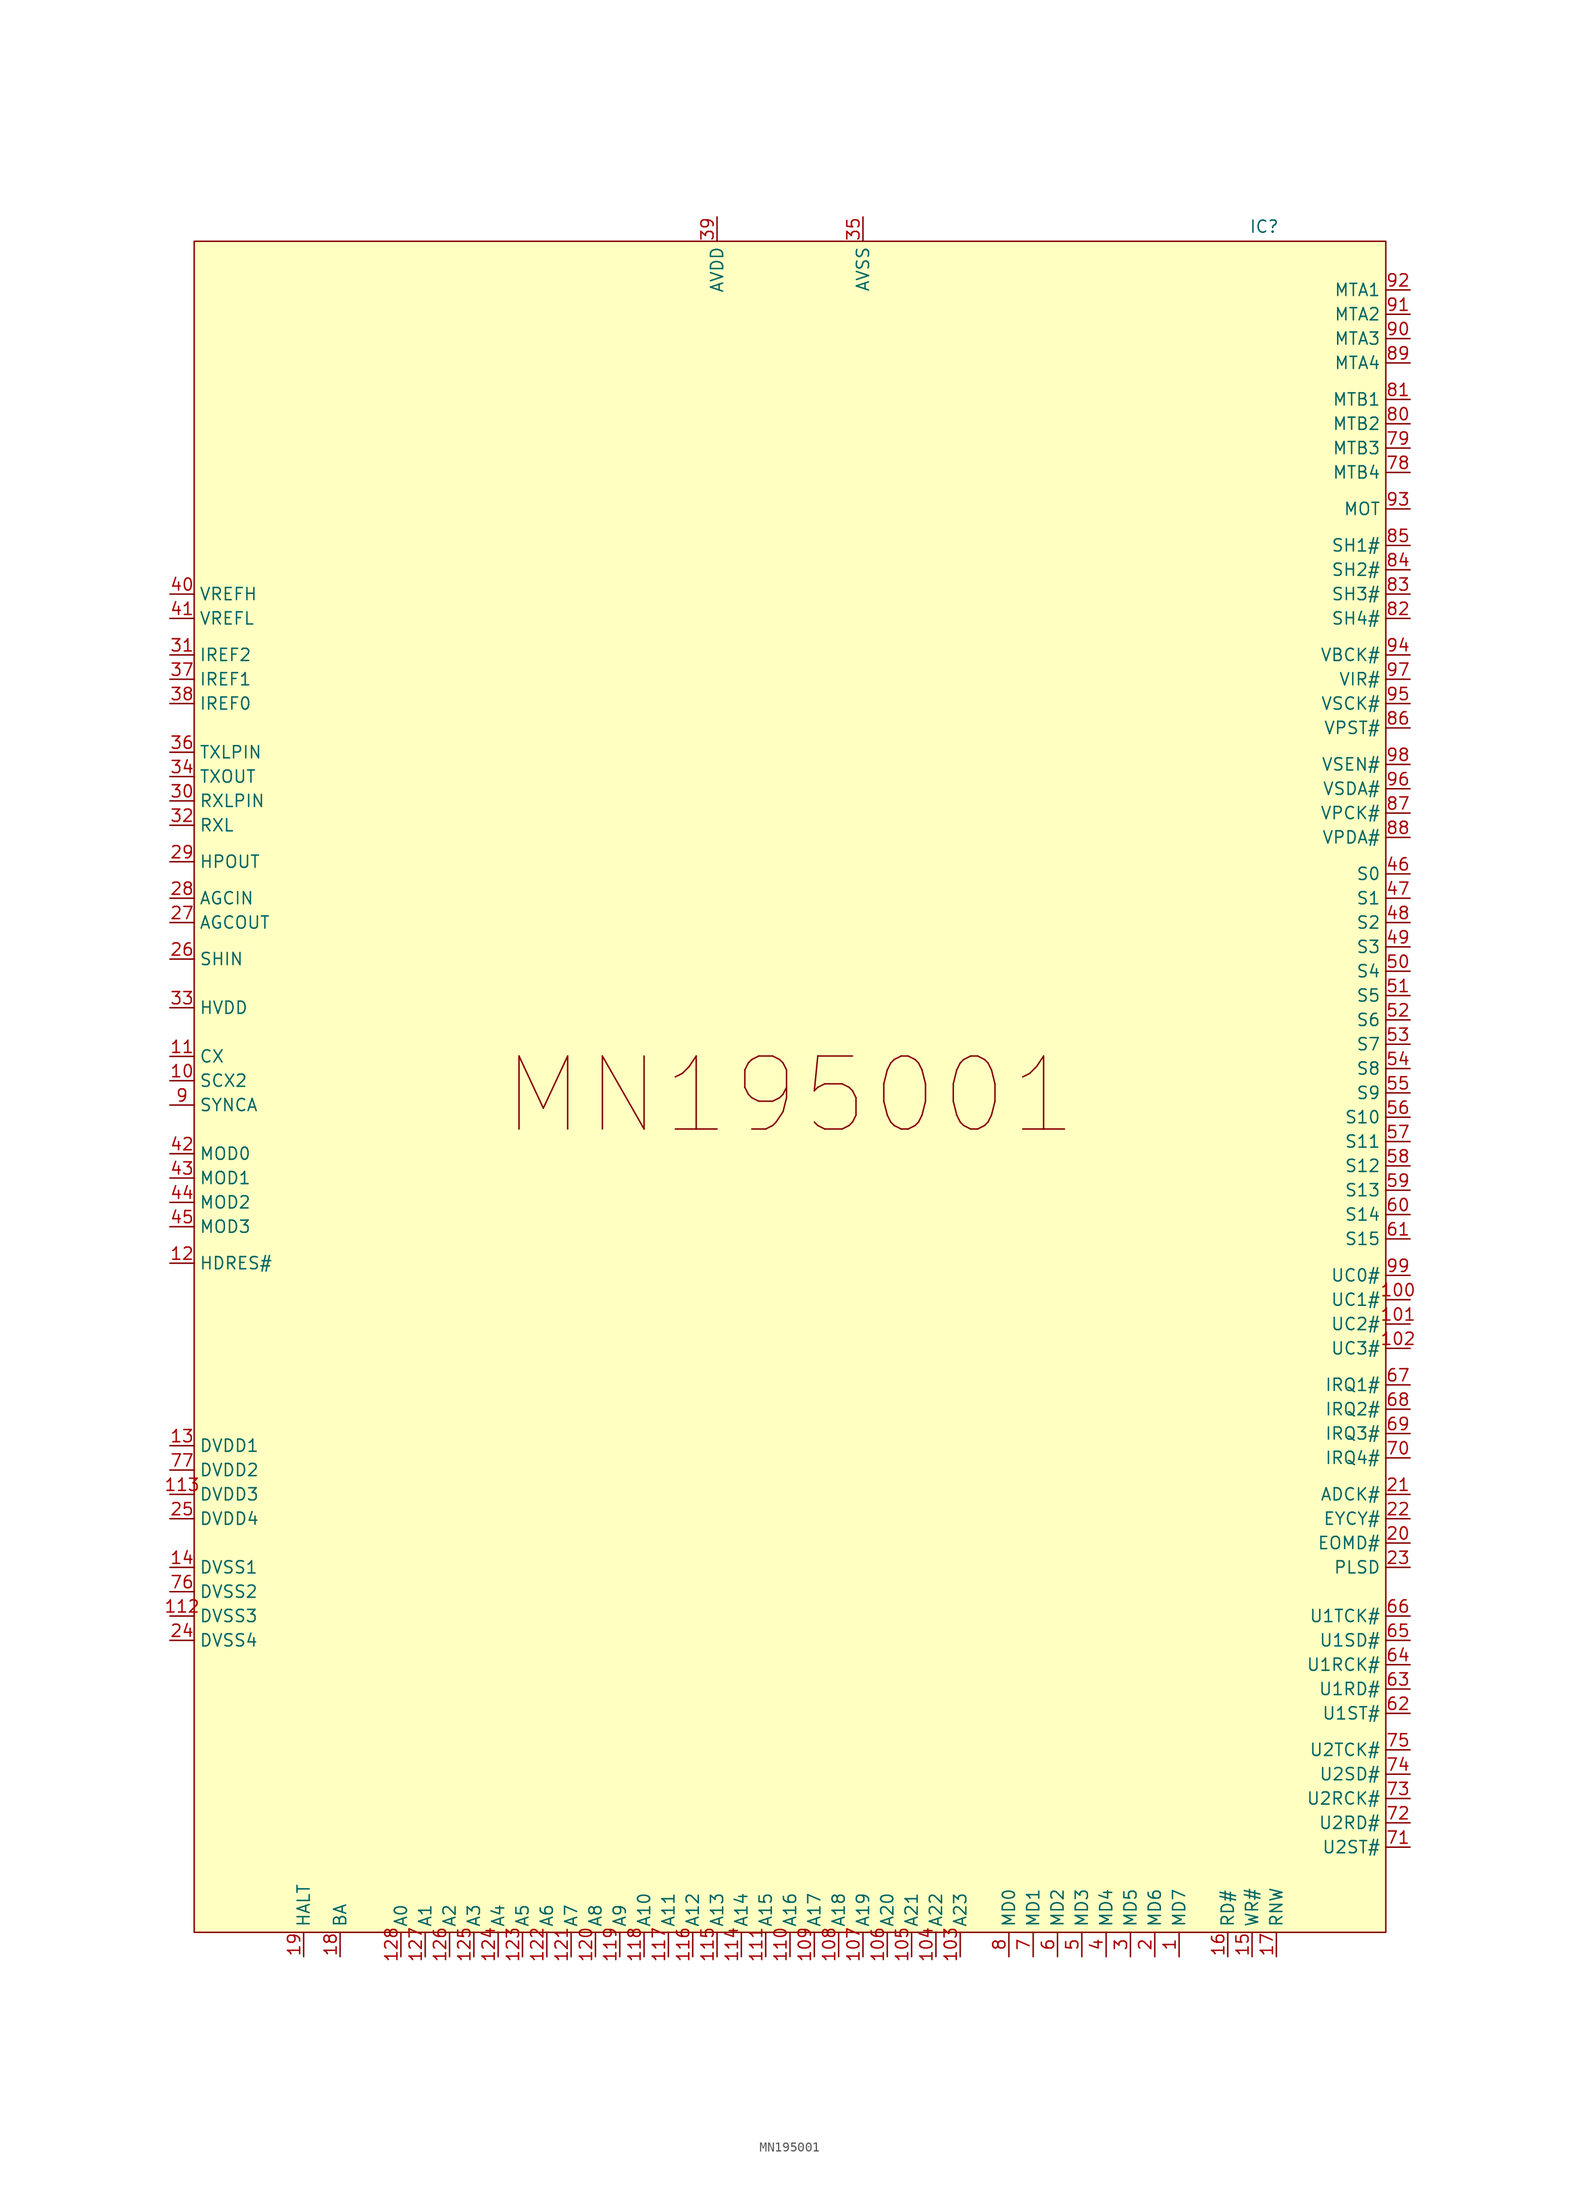
<source format=kicad_sym>
(kicad_symbol_lib
  (version 20241209)
  (generator "kicad_symbol_editor")
  (generator_version "9.0")
  (symbol "MN195001"
    (property "Reference" "IC"
      (at 49.53 90.424 0)
      (effects (font (size 1.27 1.27))))
    (property "Value" ""
      (at 0 0 0)
      (effects (font (size 1.27 1.27))))
    (symbol "MN195001_1_1"
      (rectangle (start -62.23 88.9) (end 62.23 -87.63) (stroke (width 0) (type solid)) (fill (type color) (color 255 255 194 1)))
      (text "MN195001" (at 0 -0.254 0) (effects (font (size 7.62 7.62))))
      (pin input line (at -64.77 52.07 0) (length 2.54) (name "VREFH" (effects (font (size 1.27 1.27)))) (number "40" (effects (font (size 1.27 1.27)))))
      (pin input line (at -64.77 49.53 0) (length 2.54) (name "VREFL" (effects (font (size 1.27 1.27)))) (number "41" (effects (font (size 1.27 1.27)))))
      (pin input line (at -64.77 45.72 0) (length 2.54) (name "IREF2" (effects (font (size 1.27 1.27)))) (number "31" (effects (font (size 1.27 1.27)))))
      (pin input line (at -64.77 43.18 0) (length 2.54) (name "IREF1" (effects (font (size 1.27 1.27)))) (number "37" (effects (font (size 1.27 1.27)))))
      (pin input line (at -64.77 40.64 0) (length 2.54) (name "IREF0" (effects (font (size 1.27 1.27)))) (number "38" (effects (font (size 1.27 1.27)))))
      (pin input line (at -64.77 35.56 0) (length 2.54) (name "TXLPIN" (effects (font (size 1.27 1.27)))) (number "36" (effects (font (size 1.27 1.27)))))
      (pin output line (at -64.77 33.02 0) (length 2.54) (name "TXOUT" (effects (font (size 1.27 1.27)))) (number "34" (effects (font (size 1.27 1.27)))))
      (pin input line (at -64.77 30.48 0) (length 2.54) (name "RXLPIN" (effects (font (size 1.27 1.27)))) (number "30" (effects (font (size 1.27 1.27)))))
      (pin input line (at -64.77 27.94 0) (length 2.54) (name "RXL" (effects (font (size 1.27 1.27)))) (number "32" (effects (font (size 1.27 1.27)))))
      (pin output line (at -64.77 24.13 0) (length 2.54) (name "HPOUT" (effects (font (size 1.27 1.27)))) (number "29" (effects (font (size 1.27 1.27)))))
      (pin input line (at -64.77 20.32 0) (length 2.54) (name "AGCIN" (effects (font (size 1.27 1.27)))) (number "28" (effects (font (size 1.27 1.27)))))
      (pin output line (at -64.77 17.78 0) (length 2.54) (name "AGCOUT" (effects (font (size 1.27 1.27)))) (number "27" (effects (font (size 1.27 1.27)))))
      (pin input line (at -64.77 13.97 0) (length 2.54) (name "SHIN" (effects (font (size 1.27 1.27)))) (number "26" (effects (font (size 1.27 1.27)))))
      (pin input line (at -64.77 8.89 0) (length 2.54) (name "HVDD" (effects (font (size 1.27 1.27)))) (number "33" (effects (font (size 1.27 1.27)))))
      (pin input line (at -64.77 3.81 0) (length 2.54) (name "CX" (effects (font (size 1.27 1.27)))) (number "11" (effects (font (size 1.27 1.27)))))
      (pin input line (at -64.77 1.27 0) (length 2.54) (name "SCX2" (effects (font (size 1.27 1.27)))) (number "10" (effects (font (size 1.27 1.27)))))
      (pin bidirectional line (at -64.77 -1.27 0) (length 2.54) (name "SYNCA" (effects (font (size 1.27 1.27)))) (number "9" (effects (font (size 1.27 1.27)))))
      (pin input line (at -64.77 -6.35 0) (length 2.54) (name "MOD0" (effects (font (size 1.27 1.27)))) (number "42" (effects (font (size 1.27 1.27)))))
      (pin input line (at -64.77 -8.89 0) (length 2.54) (name "MOD1" (effects (font (size 1.27 1.27)))) (number "43" (effects (font (size 1.27 1.27)))))
      (pin input line (at -64.77 -11.43 0) (length 2.54) (name "MOD2" (effects (font (size 1.27 1.27)))) (number "44" (effects (font (size 1.27 1.27)))))
      (pin input line (at -64.77 -13.97 0) (length 2.54) (name "MOD3" (effects (font (size 1.27 1.27)))) (number "45" (effects (font (size 1.27 1.27)))))
      (pin input line (at -64.77 -17.78 0) (length 2.54) (name "HDRES#" (effects (font (size 1.27 1.27)))) (number "12" (effects (font (size 1.27 1.27)))))
      (pin input line (at -64.77 -36.83 0) (length 2.54) (name "DVDD1" (effects (font (size 1.27 1.27)))) (number "13" (effects (font (size 1.27 1.27)))))
      (pin input line (at -64.77 -39.37 0) (length 2.54) (name "DVDD2" (effects (font (size 1.27 1.27)))) (number "77" (effects (font (size 1.27 1.27)))))
      (pin input line (at -64.77 -41.91 0) (length 2.54) (name "DVDD3" (effects (font (size 1.27 1.27)))) (number "113" (effects (font (size 1.27 1.27)))))
      (pin input line (at -64.77 -44.45 0) (length 2.54) (name "DVDD4" (effects (font (size 1.27 1.27)))) (number "25" (effects (font (size 1.27 1.27)))))
      (pin input line (at -64.77 -49.53 0) (length 2.54) (name "DVSS1" (effects (font (size 1.27 1.27)))) (number "14" (effects (font (size 1.27 1.27)))))
      (pin input line (at -64.77 -52.07 0) (length 2.54) (name "DVSS2" (effects (font (size 1.27 1.27)))) (number "76" (effects (font (size 1.27 1.27)))))
      (pin input line (at -64.77 -54.61 0) (length 2.54) (name "DVSS3" (effects (font (size 1.27 1.27)))) (number "112" (effects (font (size 1.27 1.27)))))
      (pin input line (at -64.77 -57.15 0) (length 2.54) (name "DVSS4" (effects (font (size 1.27 1.27)))) (number "24" (effects (font (size 1.27 1.27)))))
      (pin input line (at -50.8 -90.17 90) (length 2.54) (name "HALT" (effects (font (size 1.27 1.27)))) (number "19" (effects (font (size 1.27 1.27)))))
      (pin output line (at -46.99 -90.17 90) (length 2.54) (name "BA" (effects (font (size 1.27 1.27)))) (number "18" (effects (font (size 1.27 1.27)))))
      (pin output line (at -40.64 -90.17 90) (length 2.54) (name "A0" (effects (font (size 1.27 1.27)))) (number "128" (effects (font (size 1.27 1.27)))))
      (pin output line (at -38.1 -90.17 90) (length 2.54) (name "A1" (effects (font (size 1.27 1.27)))) (number "127" (effects (font (size 1.27 1.27)))))
      (pin output line (at -35.56 -90.17 90) (length 2.54) (name "A2" (effects (font (size 1.27 1.27)))) (number "126" (effects (font (size 1.27 1.27)))))
      (pin output line (at -33.02 -90.17 90) (length 2.54) (name "A3" (effects (font (size 1.27 1.27)))) (number "125" (effects (font (size 1.27 1.27)))))
      (pin output line (at -30.48 -90.17 90) (length 2.54) (name "A4" (effects (font (size 1.27 1.27)))) (number "124" (effects (font (size 1.27 1.27)))))
      (pin output line (at -27.94 -90.17 90) (length 2.54) (name "A5" (effects (font (size 1.27 1.27)))) (number "123" (effects (font (size 1.27 1.27)))))
      (pin output line (at -25.4 -90.17 90) (length 2.54) (name "A6" (effects (font (size 1.27 1.27)))) (number "122" (effects (font (size 1.27 1.27)))))
      (pin output line (at -22.86 -90.17 90) (length 2.54) (name "A7" (effects (font (size 1.27 1.27)))) (number "121" (effects (font (size 1.27 1.27)))))
      (pin output line (at -20.32 -90.17 90) (length 2.54) (name "A8" (effects (font (size 1.27 1.27)))) (number "120" (effects (font (size 1.27 1.27)))))
      (pin output line (at -17.78 -90.17 90) (length 2.54) (name "A9" (effects (font (size 1.27 1.27)))) (number "119" (effects (font (size 1.27 1.27)))))
      (pin output line (at -15.24 -90.17 90) (length 2.54) (name "A10" (effects (font (size 1.27 1.27)))) (number "118" (effects (font (size 1.27 1.27)))))
      (pin output line (at -12.7 -90.17 90) (length 2.54) (name "A11" (effects (font (size 1.27 1.27)))) (number "117" (effects (font (size 1.27 1.27)))))
      (pin output line (at -10.16 -90.17 90) (length 2.54) (name "A12" (effects (font (size 1.27 1.27)))) (number "116" (effects (font (size 1.27 1.27)))))
      (pin input line (at -7.62 91.44 270) (length 2.54) (name "AVDD" (effects (font (size 1.27 1.27)))) (number "39" (effects (font (size 1.27 1.27)))))
      (pin output line (at -7.62 -90.17 90) (length 2.54) (name "A13" (effects (font (size 1.27 1.27)))) (number "115" (effects (font (size 1.27 1.27)))))
      (pin output line (at -5.08 -90.17 90) (length 2.54) (name "A14" (effects (font (size 1.27 1.27)))) (number "114" (effects (font (size 1.27 1.27)))))
      (pin output line (at -2.54 -90.17 90) (length 2.54) (name "A15" (effects (font (size 1.27 1.27)))) (number "111" (effects (font (size 1.27 1.27)))))
      (pin output line (at 0 -90.17 90) (length 2.54) (name "A16" (effects (font (size 1.27 1.27)))) (number "110" (effects (font (size 1.27 1.27)))))
      (pin output line (at 2.54 -90.17 90) (length 2.54) (name "A17" (effects (font (size 1.27 1.27)))) (number "109" (effects (font (size 1.27 1.27)))))
      (pin output line (at 5.08 -90.17 90) (length 2.54) (name "A18" (effects (font (size 1.27 1.27)))) (number "108" (effects (font (size 1.27 1.27)))))
      (pin input line (at 7.62 91.44 270) (length 2.54) (name "AVSS" (effects (font (size 1.27 1.27)))) (number "35" (effects (font (size 1.27 1.27)))))
      (pin output line (at 7.62 -90.17 90) (length 2.54) (name "A19" (effects (font (size 1.27 1.27)))) (number "107" (effects (font (size 1.27 1.27)))))
      (pin output line (at 10.16 -90.17 90) (length 2.54) (name "A20" (effects (font (size 1.27 1.27)))) (number "106" (effects (font (size 1.27 1.27)))))
      (pin output line (at 12.7 -90.17 90) (length 2.54) (name "A21" (effects (font (size 1.27 1.27)))) (number "105" (effects (font (size 1.27 1.27)))))
      (pin output line (at 15.24 -90.17 90) (length 2.54) (name "A22" (effects (font (size 1.27 1.27)))) (number "104" (effects (font (size 1.27 1.27)))))
      (pin output line (at 17.78 -90.17 90) (length 2.54) (name "A23" (effects (font (size 1.27 1.27)))) (number "103" (effects (font (size 1.27 1.27)))))
      (pin bidirectional line (at 22.86 -90.17 90) (length 2.54) (name "MD0" (effects (font (size 1.27 1.27)))) (number "8" (effects (font (size 1.27 1.27)))))
      (pin bidirectional line (at 25.4 -90.17 90) (length 2.54) (name "MD1" (effects (font (size 1.27 1.27)))) (number "7" (effects (font (size 1.27 1.27)))))
      (pin bidirectional line (at 27.94 -90.17 90) (length 2.54) (name "MD2" (effects (font (size 1.27 1.27)))) (number "6" (effects (font (size 1.27 1.27)))))
      (pin bidirectional line (at 30.48 -90.17 90) (length 2.54) (name "MD3" (effects (font (size 1.27 1.27)))) (number "5" (effects (font (size 1.27 1.27)))))
      (pin bidirectional line (at 33.02 -90.17 90) (length 2.54) (name "MD4" (effects (font (size 1.27 1.27)))) (number "4" (effects (font (size 1.27 1.27)))))
      (pin bidirectional line (at 35.56 -90.17 90) (length 2.54) (name "MD5" (effects (font (size 1.27 1.27)))) (number "3" (effects (font (size 1.27 1.27)))))
      (pin bidirectional line (at 38.1 -90.17 90) (length 2.54) (name "MD6" (effects (font (size 1.27 1.27)))) (number "2" (effects (font (size 1.27 1.27)))))
      (pin bidirectional line (at 40.64 -90.17 90) (length 2.54) (name "MD7" (effects (font (size 1.27 1.27)))) (number "1" (effects (font (size 1.27 1.27)))))
      (pin output line (at 45.72 -90.17 90) (length 2.54) (name "RD#" (effects (font (size 1.27 1.27)))) (number "16" (effects (font (size 1.27 1.27)))))
      (pin output line (at 48.26 -90.17 90) (length 2.54) (name "WR#" (effects (font (size 1.27 1.27)))) (number "15" (effects (font (size 1.27 1.27)))))
      (pin input line (at 50.8 -90.17 90) (length 2.54) (name "RNW" (effects (font (size 1.27 1.27)))) (number "17" (effects (font (size 1.27 1.27)))))
      (pin output line (at 64.77 83.82 180) (length 2.54) (name "MTA1" (effects (font (size 1.27 1.27)))) (number "92" (effects (font (size 1.27 1.27)))))
      (pin output line (at 64.77 81.28 180) (length 2.54) (name "MTA2" (effects (font (size 1.27 1.27)))) (number "91" (effects (font (size 1.27 1.27)))))
      (pin output line (at 64.77 78.74 180) (length 2.54) (name "MTA3" (effects (font (size 1.27 1.27)))) (number "90" (effects (font (size 1.27 1.27)))))
      (pin output line (at 64.77 76.2 180) (length 2.54) (name "MTA4" (effects (font (size 1.27 1.27)))) (number "89" (effects (font (size 1.27 1.27)))))
      (pin output line (at 64.77 72.39 180) (length 2.54) (name "MTB1" (effects (font (size 1.27 1.27)))) (number "81" (effects (font (size 1.27 1.27)))))
      (pin output line (at 64.77 69.85 180) (length 2.54) (name "MTB2" (effects (font (size 1.27 1.27)))) (number "80" (effects (font (size 1.27 1.27)))))
      (pin output line (at 64.77 67.31 180) (length 2.54) (name "MTB3" (effects (font (size 1.27 1.27)))) (number "79" (effects (font (size 1.27 1.27)))))
      (pin output line (at 64.77 64.77 180) (length 2.54) (name "MTB4" (effects (font (size 1.27 1.27)))) (number "78" (effects (font (size 1.27 1.27)))))
      (pin output line (at 64.77 60.96 180) (length 2.54) (name "MOT" (effects (font (size 1.27 1.27)))) (number "93" (effects (font (size 1.27 1.27)))))
      (pin output line (at 64.77 57.15 180) (length 2.54) (name "SH1#" (effects (font (size 1.27 1.27)))) (number "85" (effects (font (size 1.27 1.27)))))
      (pin output line (at 64.77 54.61 180) (length 2.54) (name "SH2#" (effects (font (size 1.27 1.27)))) (number "84" (effects (font (size 1.27 1.27)))))
      (pin output line (at 64.77 52.07 180) (length 2.54) (name "SH3#" (effects (font (size 1.27 1.27)))) (number "83" (effects (font (size 1.27 1.27)))))
      (pin output line (at 64.77 49.53 180) (length 2.54) (name "SH4#" (effects (font (size 1.27 1.27)))) (number "82" (effects (font (size 1.27 1.27)))))
      (pin output line (at 64.77 45.72 180) (length 2.54) (name "VBCK#" (effects (font (size 1.27 1.27)))) (number "94" (effects (font (size 1.27 1.27)))))
      (pin input line (at 64.77 43.18 180) (length 2.54) (name "VIR#" (effects (font (size 1.27 1.27)))) (number "97" (effects (font (size 1.27 1.27)))))
      (pin input line (at 64.77 40.64 180) (length 2.54) (name "VSCK#" (effects (font (size 1.27 1.27)))) (number "95" (effects (font (size 1.27 1.27)))))
      (pin output line (at 64.77 38.1 180) (length 2.54) (name "VPST#" (effects (font (size 1.27 1.27)))) (number "86" (effects (font (size 1.27 1.27)))))
      (pin output line (at 64.77 34.29 180) (length 2.54) (name "VSEN#" (effects (font (size 1.27 1.27)))) (number "98" (effects (font (size 1.27 1.27)))))
      (pin input line (at 64.77 31.75 180) (length 2.54) (name "VSDA#" (effects (font (size 1.27 1.27)))) (number "96" (effects (font (size 1.27 1.27)))))
      (pin output line (at 64.77 29.21 180) (length 2.54) (name "VPCK#" (effects (font (size 1.27 1.27)))) (number "87" (effects (font (size 1.27 1.27)))))
      (pin output line (at 64.77 26.67 180) (length 2.54) (name "VPDA#" (effects (font (size 1.27 1.27)))) (number "88" (effects (font (size 1.27 1.27)))))
      (pin bidirectional line (at 64.77 22.86 180) (length 2.54) (name "S0" (effects (font (size 1.27 1.27)))) (number "46" (effects (font (size 1.27 1.27)))))
      (pin bidirectional line (at 64.77 20.32 180) (length 2.54) (name "S1" (effects (font (size 1.27 1.27)))) (number "47" (effects (font (size 1.27 1.27)))))
      (pin bidirectional line (at 64.77 17.78 180) (length 2.54) (name "S2" (effects (font (size 1.27 1.27)))) (number "48" (effects (font (size 1.27 1.27)))))
      (pin bidirectional line (at 64.77 15.24 180) (length 2.54) (name "S3" (effects (font (size 1.27 1.27)))) (number "49" (effects (font (size 1.27 1.27)))))
      (pin bidirectional line (at 64.77 12.7 180) (length 2.54) (name "S4" (effects (font (size 1.27 1.27)))) (number "50" (effects (font (size 1.27 1.27)))))
      (pin bidirectional line (at 64.77 10.16 180) (length 2.54) (name "S5" (effects (font (size 1.27 1.27)))) (number "51" (effects (font (size 1.27 1.27)))))
      (pin bidirectional line (at 64.77 7.62 180) (length 2.54) (name "S6" (effects (font (size 1.27 1.27)))) (number "52" (effects (font (size 1.27 1.27)))))
      (pin bidirectional line (at 64.77 5.08 180) (length 2.54) (name "S7" (effects (font (size 1.27 1.27)))) (number "53" (effects (font (size 1.27 1.27)))))
      (pin bidirectional line (at 64.77 2.54 180) (length 2.54) (name "S8" (effects (font (size 1.27 1.27)))) (number "54" (effects (font (size 1.27 1.27)))))
      (pin bidirectional line (at 64.77 0 180) (length 2.54) (name "S9" (effects (font (size 1.27 1.27)))) (number "55" (effects (font (size 1.27 1.27)))))
      (pin bidirectional line (at 64.77 -2.54 180) (length 2.54) (name "S10" (effects (font (size 1.27 1.27)))) (number "56" (effects (font (size 1.27 1.27)))))
      (pin bidirectional line (at 64.77 -5.08 180) (length 2.54) (name "S11" (effects (font (size 1.27 1.27)))) (number "57" (effects (font (size 1.27 1.27)))))
      (pin bidirectional line (at 64.77 -7.62 180) (length 2.54) (name "S12" (effects (font (size 1.27 1.27)))) (number "58" (effects (font (size 1.27 1.27)))))
      (pin bidirectional line (at 64.77 -10.16 180) (length 2.54) (name "S13" (effects (font (size 1.27 1.27)))) (number "59" (effects (font (size 1.27 1.27)))))
      (pin bidirectional line (at 64.77 -12.7 180) (length 2.54) (name "S14" (effects (font (size 1.27 1.27)))) (number "60" (effects (font (size 1.27 1.27)))))
      (pin bidirectional line (at 64.77 -15.24 180) (length 2.54) (name "S15" (effects (font (size 1.27 1.27)))) (number "61" (effects (font (size 1.27 1.27)))))
      (pin output line (at 64.77 -19.05 180) (length 2.54) (name "UC0#" (effects (font (size 1.27 1.27)))) (number "99" (effects (font (size 1.27 1.27)))))
      (pin output line (at 64.77 -21.59 180) (length 2.54) (name "UC1#" (effects (font (size 1.27 1.27)))) (number "100" (effects (font (size 1.27 1.27)))))
      (pin output line (at 64.77 -24.13 180) (length 2.54) (name "UC2#" (effects (font (size 1.27 1.27)))) (number "101" (effects (font (size 1.27 1.27)))))
      (pin output line (at 64.77 -26.67 180) (length 2.54) (name "UC3#" (effects (font (size 1.27 1.27)))) (number "102" (effects (font (size 1.27 1.27)))))
      (pin output line (at 64.77 -30.48 180) (length 2.54) (name "IRQ1#" (effects (font (size 1.27 1.27)))) (number "67" (effects (font (size 1.27 1.27)))))
      (pin output line (at 64.77 -33.02 180) (length 2.54) (name "IRQ2#" (effects (font (size 1.27 1.27)))) (number "68" (effects (font (size 1.27 1.27)))))
      (pin output line (at 64.77 -35.56 180) (length 2.54) (name "IRQ3#" (effects (font (size 1.27 1.27)))) (number "69" (effects (font (size 1.27 1.27)))))
      (pin output line (at 64.77 -38.1 180) (length 2.54) (name "IRQ4#" (effects (font (size 1.27 1.27)))) (number "70" (effects (font (size 1.27 1.27)))))
      (pin output line (at 64.77 -41.91 180) (length 2.54) (name "ADCK#" (effects (font (size 1.27 1.27)))) (number "21" (effects (font (size 1.27 1.27)))))
      (pin output line (at 64.77 -44.45 180) (length 2.54) (name "EYCY#" (effects (font (size 1.27 1.27)))) (number "22" (effects (font (size 1.27 1.27)))))
      (pin output line (at 64.77 -46.99 180) (length 2.54) (name "EOMD#" (effects (font (size 1.27 1.27)))) (number "20" (effects (font (size 1.27 1.27)))))
      (pin output line (at 64.77 -49.53 180) (length 2.54) (name "PLSD" (effects (font (size 1.27 1.27)))) (number "23" (effects (font (size 1.27 1.27)))))
      (pin bidirectional line (at 64.77 -54.61 180) (length 2.54) (name "U1TCK#" (effects (font (size 1.27 1.27)))) (number "66" (effects (font (size 1.27 1.27)))))
      (pin output line (at 64.77 -57.15 180) (length 2.54) (name "U1SD#" (effects (font (size 1.27 1.27)))) (number "65" (effects (font (size 1.27 1.27)))))
      (pin input line (at 64.77 -59.69 180) (length 2.54) (name "U1RCK#" (effects (font (size 1.27 1.27)))) (number "64" (effects (font (size 1.27 1.27)))))
      (pin input line (at 64.77 -62.23 180) (length 2.54) (name "U1RD#" (effects (font (size 1.27 1.27)))) (number "63" (effects (font (size 1.27 1.27)))))
      (pin input line (at 64.77 -64.77 180) (length 2.54) (name "U1ST#" (effects (font (size 1.27 1.27)))) (number "62" (effects (font (size 1.27 1.27)))))
      (pin bidirectional line (at 64.77 -68.58 180) (length 2.54) (name "U2TCK#" (effects (font (size 1.27 1.27)))) (number "75" (effects (font (size 1.27 1.27)))))
      (pin output line (at 64.77 -71.12 180) (length 2.54) (name "U2SD#" (effects (font (size 1.27 1.27)))) (number "74" (effects (font (size 1.27 1.27)))))
      (pin output line (at 64.77 -73.66 180) (length 2.54) (name "U2RCK#" (effects (font (size 1.27 1.27)))) (number "73" (effects (font (size 1.27 1.27)))))
      (pin output line (at 64.77 -76.2 180) (length 2.54) (name "U2RD#" (effects (font (size 1.27 1.27)))) (number "72" (effects (font (size 1.27 1.27)))))
      (pin output line (at 64.77 -78.74 180) (length 2.54) (name "U2ST#" (effects (font (size 1.27 1.27)))) (number "71" (effects (font (size 1.27 1.27))))))))
</source>
